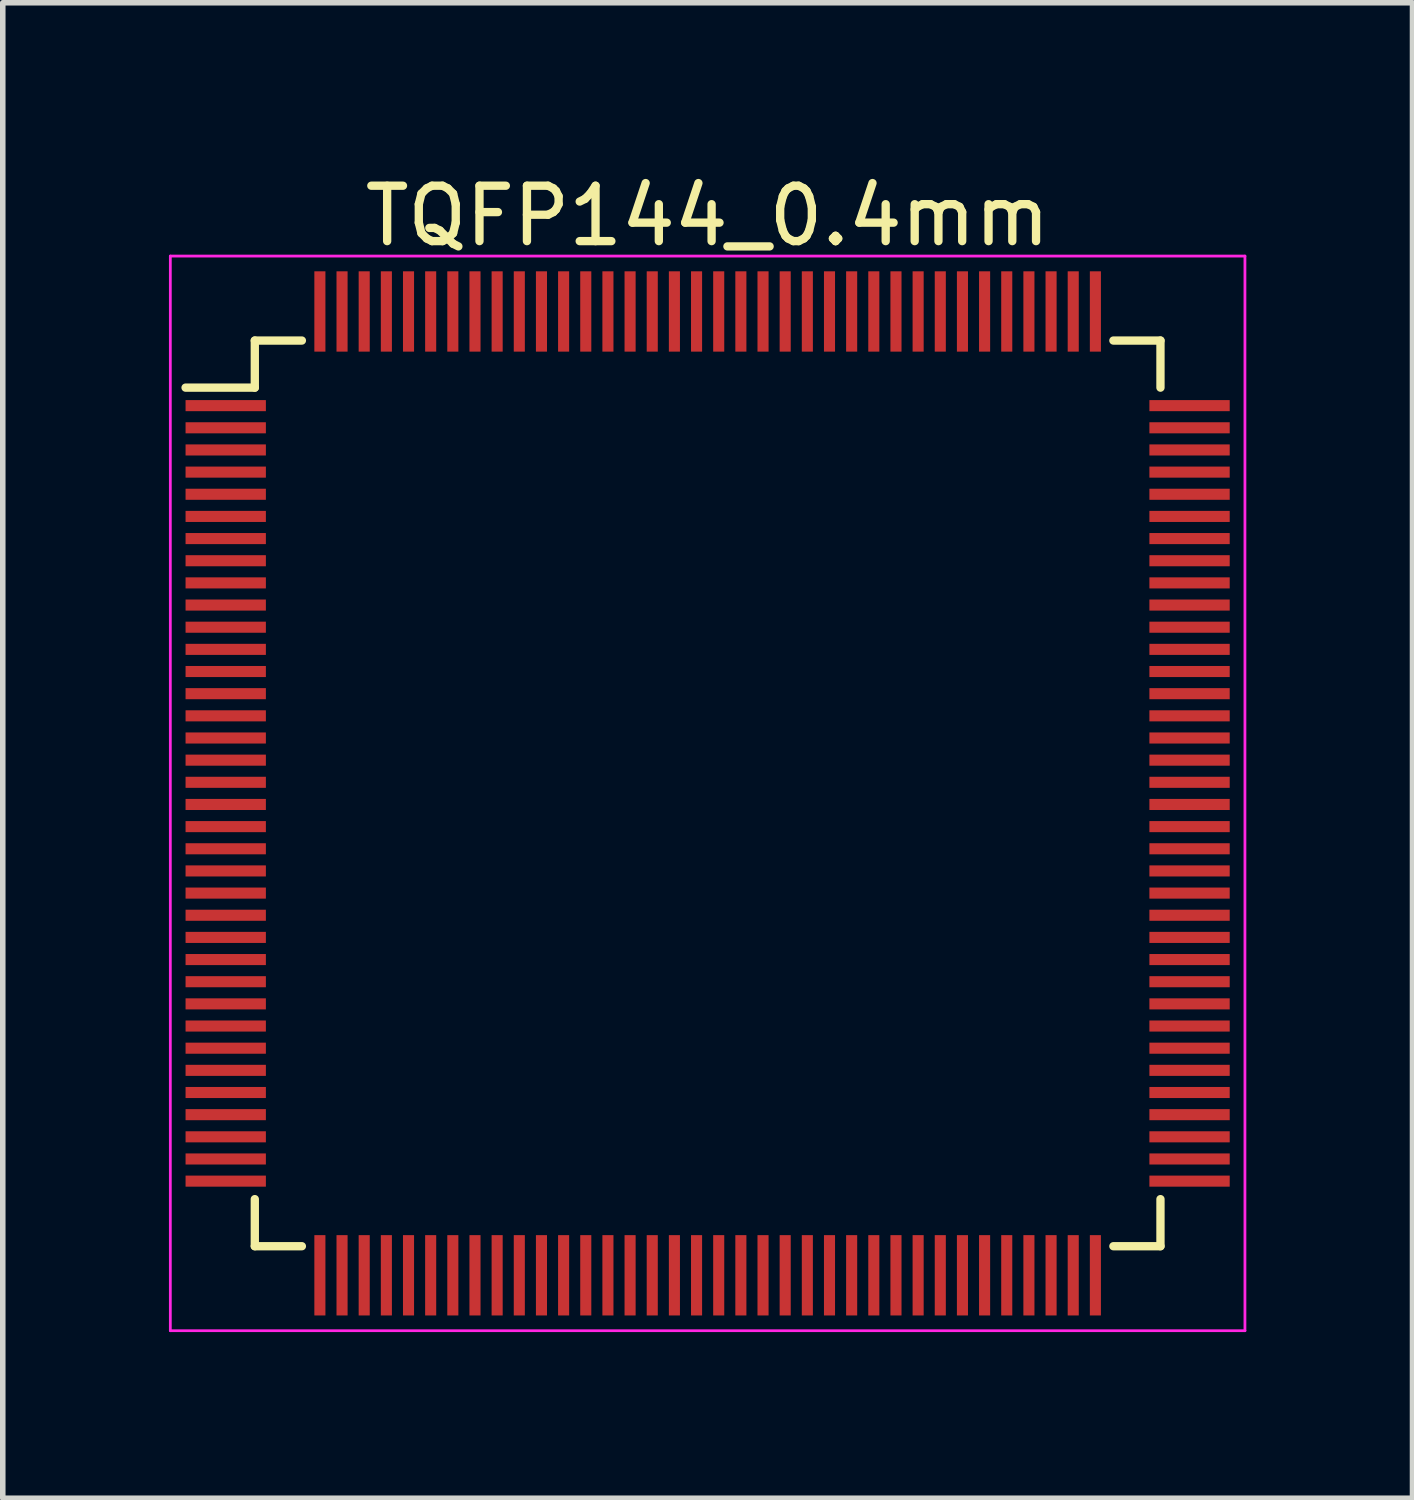
<source format=kicad_pcb>
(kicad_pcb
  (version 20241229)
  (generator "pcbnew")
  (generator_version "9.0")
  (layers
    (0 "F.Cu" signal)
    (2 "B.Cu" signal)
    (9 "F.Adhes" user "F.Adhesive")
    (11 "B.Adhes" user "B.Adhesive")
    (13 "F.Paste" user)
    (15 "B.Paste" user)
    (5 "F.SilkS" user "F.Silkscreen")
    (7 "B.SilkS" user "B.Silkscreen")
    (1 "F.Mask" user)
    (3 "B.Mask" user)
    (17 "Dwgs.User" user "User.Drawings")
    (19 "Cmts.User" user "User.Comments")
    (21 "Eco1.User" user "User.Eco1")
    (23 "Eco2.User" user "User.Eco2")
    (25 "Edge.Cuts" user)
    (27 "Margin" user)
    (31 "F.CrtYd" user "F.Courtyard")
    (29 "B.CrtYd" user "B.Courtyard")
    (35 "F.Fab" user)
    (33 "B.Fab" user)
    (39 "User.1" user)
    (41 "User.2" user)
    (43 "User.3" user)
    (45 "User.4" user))
  (footprint "TQFP144_0.4mm"
    (layer "F.Cu")
    (at 9.725 11.273)
    (property "Reference" "TQFP144_0.4mm" (at 0 -10.425 0) (layer "F.SilkS") (effects (font (size 1 1) (thickness 0.15))))
    (attr smd)
    (fp_line (start -8.175 -8.175) (end -8.175 -7.325) (stroke (width 0.15) (type solid)) (layer "F.SilkS"))
    (fp_line (start -8.175 -8.175) (end -7.325 -8.175) (stroke (width 0.15) (type solid)) (layer "F.SilkS"))
    (fp_line (start -8.175 -7.325) (end -9.425 -7.325) (stroke (width 0.15) (type solid)) (layer "F.SilkS"))
    (fp_line (start -8.175 8.175) (end -8.175 7.325) (stroke (width 0.15) (type solid)) (layer "F.SilkS"))
    (fp_line (start -8.175 8.175) (end -7.325 8.175) (stroke (width 0.15) (type solid)) (layer "F.SilkS"))
    (fp_line (start 8.175 -8.175) (end 7.325 -8.175) (stroke (width 0.15) (type solid)) (layer "F.SilkS"))
    (fp_line (start 8.175 -8.175) (end 8.175 -7.325) (stroke (width 0.15) (type solid)) (layer "F.SilkS"))
    (fp_line (start 8.175 8.175) (end 7.325 8.175) (stroke (width 0.15) (type solid)) (layer "F.SilkS"))
    (fp_line (start 8.175 8.175) (end 8.175 7.325) (stroke (width 0.15) (type solid)) (layer "F.SilkS"))
    (fp_line (start -9.7 -9.7) (end -9.7 9.7) (stroke (width 0.05) (type solid)) (layer "F.CrtYd"))
    (fp_line (start -9.7 -9.7) (end 9.7 -9.7) (stroke (width 0.05) (type solid)) (layer "F.CrtYd"))
    (fp_line (start -9.7 9.7) (end 9.7 9.7) (stroke (width 0.05) (type solid)) (layer "F.CrtYd"))
    (fp_line (start 9.7 -9.7) (end 9.7 9.7) (stroke (width 0.05) (type solid)) (layer "F.CrtYd"))
    (pad "1" smd rect (at -8.7 -7) (size 1.45 0.2) (layers "F.Cu" "F.Mask" "F.Paste"))
    (pad "2" smd rect (at -8.7 -6.6) (size 1.45 0.2) (layers "F.Cu" "F.Mask" "F.Paste"))
    (pad "3" smd rect (at -8.7 -6.2) (size 1.45 0.2) (layers "F.Cu" "F.Mask" "F.Paste"))
    (pad "4" smd rect (at -8.7 -5.8) (size 1.45 0.2) (layers "F.Cu" "F.Mask" "F.Paste"))
    (pad "5" smd rect (at -8.7 -5.4) (size 1.45 0.2) (layers "F.Cu" "F.Mask" "F.Paste"))
    (pad "6" smd rect (at -8.7 -5) (size 1.45 0.2) (layers "F.Cu" "F.Mask" "F.Paste"))
    (pad "7" smd rect (at -8.7 -4.6) (size 1.45 0.2) (layers "F.Cu" "F.Mask" "F.Paste"))
    (pad "8" smd rect (at -8.7 -4.2) (size 1.45 0.2) (layers "F.Cu" "F.Mask" "F.Paste"))
    (pad "9" smd rect (at -8.7 -3.8) (size 1.45 0.2) (layers "F.Cu" "F.Mask" "F.Paste"))
    (pad "10" smd rect (at -8.7 -3.4) (size 1.45 0.2) (layers "F.Cu" "F.Mask" "F.Paste"))
    (pad "11" smd rect (at -8.7 -3) (size 1.45 0.2) (layers "F.Cu" "F.Mask" "F.Paste"))
    (pad "12" smd rect (at -8.7 -2.6) (size 1.45 0.2) (layers "F.Cu" "F.Mask" "F.Paste"))
    (pad "13" smd rect (at -8.7 -2.2) (size 1.45 0.2) (layers "F.Cu" "F.Mask" "F.Paste"))
    (pad "14" smd rect (at -8.7 -1.8) (size 1.45 0.2) (layers "F.Cu" "F.Mask" "F.Paste"))
    (pad "15" smd rect (at -8.7 -1.4) (size 1.45 0.2) (layers "F.Cu" "F.Mask" "F.Paste"))
    (pad "16" smd rect (at -8.7 -1) (size 1.45 0.2) (layers "F.Cu" "F.Mask" "F.Paste"))
    (pad "17" smd rect (at -8.7 -0.6) (size 1.45 0.2) (layers "F.Cu" "F.Mask" "F.Paste"))
    (pad "18" smd rect (at -8.7 -0.2) (size 1.45 0.2) (layers "F.Cu" "F.Mask" "F.Paste"))
    (pad "19" smd rect (at -8.7 0.2) (size 1.45 0.2) (layers "F.Cu" "F.Mask" "F.Paste"))
    (pad "20" smd rect (at -8.7 0.6) (size 1.45 0.2) (layers "F.Cu" "F.Mask" "F.Paste"))
    (pad "21" smd rect (at -8.7 1) (size 1.45 0.2) (layers "F.Cu" "F.Mask" "F.Paste"))
    (pad "22" smd rect (at -8.7 1.4) (size 1.45 0.2) (layers "F.Cu" "F.Mask" "F.Paste"))
    (pad "23" smd rect (at -8.7 1.8) (size 1.45 0.2) (layers "F.Cu" "F.Mask" "F.Paste"))
    (pad "24" smd rect (at -8.7 2.2) (size 1.45 0.2) (layers "F.Cu" "F.Mask" "F.Paste"))
    (pad "25" smd rect (at -8.7 2.6) (size 1.45 0.2) (layers "F.Cu" "F.Mask" "F.Paste"))
    (pad "26" smd rect (at -8.7 3) (size 1.45 0.2) (layers "F.Cu" "F.Mask" "F.Paste"))
    (pad "27" smd rect (at -8.7 3.4) (size 1.45 0.2) (layers "F.Cu" "F.Mask" "F.Paste"))
    (pad "28" smd rect (at -8.7 3.8) (size 1.45 0.2) (layers "F.Cu" "F.Mask" "F.Paste"))
    (pad "29" smd rect (at -8.7 4.2) (size 1.45 0.2) (layers "F.Cu" "F.Mask" "F.Paste"))
    (pad "30" smd rect (at -8.7 4.6) (size 1.45 0.2) (layers "F.Cu" "F.Mask" "F.Paste"))
    (pad "31" smd rect (at -8.7 5) (size 1.45 0.2) (layers "F.Cu" "F.Mask" "F.Paste"))
    (pad "32" smd rect (at -8.7 5.4) (size 1.45 0.2) (layers "F.Cu" "F.Mask" "F.Paste"))
    (pad "33" smd rect (at -8.7 5.8) (size 1.45 0.2) (layers "F.Cu" "F.Mask" "F.Paste"))
    (pad "34" smd rect (at -8.7 6.2) (size 1.45 0.2) (layers "F.Cu" "F.Mask" "F.Paste"))
    (pad "35" smd rect (at -8.7 6.6) (size 1.45 0.2) (layers "F.Cu" "F.Mask" "F.Paste"))
    (pad "36" smd rect (at -8.7 7) (size 1.45 0.2) (layers "F.Cu" "F.Mask" "F.Paste"))
    (pad "37" smd rect (at -7 8.7 90) (size 1.45 0.2) (layers "F.Cu" "F.Mask" "F.Paste"))
    (pad "38" smd rect (at -6.6 8.7 90) (size 1.45 0.2) (layers "F.Cu" "F.Mask" "F.Paste"))
    (pad "39" smd rect (at -6.2 8.7 90) (size 1.45 0.2) (layers "F.Cu" "F.Mask" "F.Paste"))
    (pad "40" smd rect (at -5.8 8.7 90) (size 1.45 0.2) (layers "F.Cu" "F.Mask" "F.Paste"))
    (pad "41" smd rect (at -5.4 8.7 90) (size 1.45 0.2) (layers "F.Cu" "F.Mask" "F.Paste"))
    (pad "42" smd rect (at -5 8.7 90) (size 1.45 0.2) (layers "F.Cu" "F.Mask" "F.Paste"))
    (pad "43" smd rect (at -4.6 8.7 90) (size 1.45 0.2) (layers "F.Cu" "F.Mask" "F.Paste"))
    (pad "44" smd rect (at -4.2 8.7 90) (size 1.45 0.2) (layers "F.Cu" "F.Mask" "F.Paste"))
    (pad "45" smd rect (at -3.8 8.7 90) (size 1.45 0.2) (layers "F.Cu" "F.Mask" "F.Paste"))
    (pad "46" smd rect (at -3.4 8.7 90) (size 1.45 0.2) (layers "F.Cu" "F.Mask" "F.Paste"))
    (pad "47" smd rect (at -3 8.7 90) (size 1.45 0.2) (layers "F.Cu" "F.Mask" "F.Paste"))
    (pad "48" smd rect (at -2.6 8.7 90) (size 1.45 0.2) (layers "F.Cu" "F.Mask" "F.Paste"))
    (pad "49" smd rect (at -2.2 8.7 90) (size 1.45 0.2) (layers "F.Cu" "F.Mask" "F.Paste"))
    (pad "50" smd rect (at -1.8 8.7 90) (size 1.45 0.2) (layers "F.Cu" "F.Mask" "F.Paste"))
    (pad "51" smd rect (at -1.4 8.7 90) (size 1.45 0.2) (layers "F.Cu" "F.Mask" "F.Paste"))
    (pad "52" smd rect (at -1 8.7 90) (size 1.45 0.2) (layers "F.Cu" "F.Mask" "F.Paste"))
    (pad "53" smd rect (at -0.6 8.7 90) (size 1.45 0.2) (layers "F.Cu" "F.Mask" "F.Paste"))
    (pad "54" smd rect (at -0.2 8.7 90) (size 1.45 0.2) (layers "F.Cu" "F.Mask" "F.Paste"))
    (pad "55" smd rect (at 0.2 8.7 90) (size 1.45 0.2) (layers "F.Cu" "F.Mask" "F.Paste"))
    (pad "56" smd rect (at 0.6 8.7 90) (size 1.45 0.2) (layers "F.Cu" "F.Mask" "F.Paste"))
    (pad "57" smd rect (at 1 8.7 90) (size 1.45 0.2) (layers "F.Cu" "F.Mask" "F.Paste"))
    (pad "58" smd rect (at 1.4 8.7 90) (size 1.45 0.2) (layers "F.Cu" "F.Mask" "F.Paste"))
    (pad "59" smd rect (at 1.8 8.7 90) (size 1.45 0.2) (layers "F.Cu" "F.Mask" "F.Paste"))
    (pad "60" smd rect (at 2.2 8.7 90) (size 1.45 0.2) (layers "F.Cu" "F.Mask" "F.Paste"))
    (pad "61" smd rect (at 2.6 8.7 90) (size 1.45 0.2) (layers "F.Cu" "F.Mask" "F.Paste"))
    (pad "62" smd rect (at 3 8.7 90) (size 1.45 0.2) (layers "F.Cu" "F.Mask" "F.Paste"))
    (pad "63" smd rect (at 3.4 8.7 90) (size 1.45 0.2) (layers "F.Cu" "F.Mask" "F.Paste"))
    (pad "64" smd rect (at 3.8 8.7 90) (size 1.45 0.2) (layers "F.Cu" "F.Mask" "F.Paste"))
    (pad "65" smd rect (at 4.2 8.7 90) (size 1.45 0.2) (layers "F.Cu" "F.Mask" "F.Paste"))
    (pad "66" smd rect (at 4.6 8.7 90) (size 1.45 0.2) (layers "F.Cu" "F.Mask" "F.Paste"))
    (pad "67" smd rect (at 5 8.7 90) (size 1.45 0.2) (layers "F.Cu" "F.Mask" "F.Paste"))
    (pad "68" smd rect (at 5.4 8.7 90) (size 1.45 0.2) (layers "F.Cu" "F.Mask" "F.Paste"))
    (pad "69" smd rect (at 5.8 8.7 90) (size 1.45 0.2) (layers "F.Cu" "F.Mask" "F.Paste"))
    (pad "70" smd rect (at 6.2 8.7 90) (size 1.45 0.2) (layers "F.Cu" "F.Mask" "F.Paste"))
    (pad "71" smd rect (at 6.6 8.7 90) (size 1.45 0.2) (layers "F.Cu" "F.Mask" "F.Paste"))
    (pad "72" smd rect (at 7 8.7 90) (size 1.45 0.2) (layers "F.Cu" "F.Mask" "F.Paste"))
    (pad "73" smd rect (at 8.7 7) (size 1.45 0.2) (layers "F.Cu" "F.Mask" "F.Paste"))
    (pad "74" smd rect (at 8.7 6.6) (size 1.45 0.2) (layers "F.Cu" "F.Mask" "F.Paste"))
    (pad "75" smd rect (at 8.7 6.2) (size 1.45 0.2) (layers "F.Cu" "F.Mask" "F.Paste"))
    (pad "76" smd rect (at 8.7 5.8) (size 1.45 0.2) (layers "F.Cu" "F.Mask" "F.Paste"))
    (pad "77" smd rect (at 8.7 5.4) (size 1.45 0.2) (layers "F.Cu" "F.Mask" "F.Paste"))
    (pad "78" smd rect (at 8.7 5) (size 1.45 0.2) (layers "F.Cu" "F.Mask" "F.Paste"))
    (pad "79" smd rect (at 8.7 4.6) (size 1.45 0.2) (layers "F.Cu" "F.Mask" "F.Paste"))
    (pad "80" smd rect (at 8.7 4.2) (size 1.45 0.2) (layers "F.Cu" "F.Mask" "F.Paste"))
    (pad "81" smd rect (at 8.7 3.8) (size 1.45 0.2) (layers "F.Cu" "F.Mask" "F.Paste"))
    (pad "82" smd rect (at 8.7 3.4) (size 1.45 0.2) (layers "F.Cu" "F.Mask" "F.Paste"))
    (pad "83" smd rect (at 8.7 3) (size 1.45 0.2) (layers "F.Cu" "F.Mask" "F.Paste"))
    (pad "84" smd rect (at 8.7 2.6) (size 1.45 0.2) (layers "F.Cu" "F.Mask" "F.Paste"))
    (pad "85" smd rect (at 8.7 2.2) (size 1.45 0.2) (layers "F.Cu" "F.Mask" "F.Paste"))
    (pad "86" smd rect (at 8.7 1.8) (size 1.45 0.2) (layers "F.Cu" "F.Mask" "F.Paste"))
    (pad "87" smd rect (at 8.7 1.4) (size 1.45 0.2) (layers "F.Cu" "F.Mask" "F.Paste"))
    (pad "88" smd rect (at 8.7 1) (size 1.45 0.2) (layers "F.Cu" "F.Mask" "F.Paste"))
    (pad "89" smd rect (at 8.7 0.6) (size 1.45 0.2) (layers "F.Cu" "F.Mask" "F.Paste"))
    (pad "90" smd rect (at 8.7 0.2) (size 1.45 0.2) (layers "F.Cu" "F.Mask" "F.Paste"))
    (pad "91" smd rect (at 8.7 -0.2) (size 1.45 0.2) (layers "F.Cu" "F.Mask" "F.Paste"))
    (pad "92" smd rect (at 8.7 -0.6) (size 1.45 0.2) (layers "F.Cu" "F.Mask" "F.Paste"))
    (pad "93" smd rect (at 8.7 -1) (size 1.45 0.2) (layers "F.Cu" "F.Mask" "F.Paste"))
    (pad "94" smd rect (at 8.7 -1.4) (size 1.45 0.2) (layers "F.Cu" "F.Mask" "F.Paste"))
    (pad "95" smd rect (at 8.7 -1.8) (size 1.45 0.2) (layers "F.Cu" "F.Mask" "F.Paste"))
    (pad "96" smd rect (at 8.7 -2.2) (size 1.45 0.2) (layers "F.Cu" "F.Mask" "F.Paste"))
    (pad "97" smd rect (at 8.7 -2.6) (size 1.45 0.2) (layers "F.Cu" "F.Mask" "F.Paste"))
    (pad "98" smd rect (at 8.7 -3) (size 1.45 0.2) (layers "F.Cu" "F.Mask" "F.Paste"))
    (pad "99" smd rect (at 8.7 -3.4) (size 1.45 0.2) (layers "F.Cu" "F.Mask" "F.Paste"))
    (pad "100" smd rect (at 8.7 -3.8) (size 1.45 0.2) (layers "F.Cu" "F.Mask" "F.Paste"))
    (pad "101" smd rect (at 8.7 -4.2) (size 1.45 0.2) (layers "F.Cu" "F.Mask" "F.Paste"))
    (pad "102" smd rect (at 8.7 -4.6) (size 1.45 0.2) (layers "F.Cu" "F.Mask" "F.Paste"))
    (pad "103" smd rect (at 8.7 -5) (size 1.45 0.2) (layers "F.Cu" "F.Mask" "F.Paste"))
    (pad "104" smd rect (at 8.7 -5.4) (size 1.45 0.2) (layers "F.Cu" "F.Mask" "F.Paste"))
    (pad "105" smd rect (at 8.7 -5.8) (size 1.45 0.2) (layers "F.Cu" "F.Mask" "F.Paste"))
    (pad "106" smd rect (at 8.7 -6.2) (size 1.45 0.2) (layers "F.Cu" "F.Mask" "F.Paste"))
    (pad "107" smd rect (at 8.7 -6.6) (size 1.45 0.2) (layers "F.Cu" "F.Mask" "F.Paste"))
    (pad "108" smd rect (at 8.7 -7) (size 1.45 0.2) (layers "F.Cu" "F.Mask" "F.Paste"))
    (pad "109" smd rect (at 7 -8.7 90) (size 1.45 0.2) (layers "F.Cu" "F.Mask" "F.Paste"))
    (pad "110" smd rect (at 6.6 -8.7 90) (size 1.45 0.2) (layers "F.Cu" "F.Mask" "F.Paste"))
    (pad "111" smd rect (at 6.2 -8.7 90) (size 1.45 0.2) (layers "F.Cu" "F.Mask" "F.Paste"))
    (pad "112" smd rect (at 5.8 -8.7 90) (size 1.45 0.2) (layers "F.Cu" "F.Mask" "F.Paste"))
    (pad "113" smd rect (at 5.4 -8.7 90) (size 1.45 0.2) (layers "F.Cu" "F.Mask" "F.Paste"))
    (pad "114" smd rect (at 5 -8.7 90) (size 1.45 0.2) (layers "F.Cu" "F.Mask" "F.Paste"))
    (pad "115" smd rect (at 4.6 -8.7 90) (size 1.45 0.2) (layers "F.Cu" "F.Mask" "F.Paste"))
    (pad "116" smd rect (at 4.2 -8.7 90) (size 1.45 0.2) (layers "F.Cu" "F.Mask" "F.Paste"))
    (pad "117" smd rect (at 3.8 -8.7 90) (size 1.45 0.2) (layers "F.Cu" "F.Mask" "F.Paste"))
    (pad "118" smd rect (at 3.4 -8.7 90) (size 1.45 0.2) (layers "F.Cu" "F.Mask" "F.Paste"))
    (pad "119" smd rect (at 3 -8.7 90) (size 1.45 0.2) (layers "F.Cu" "F.Mask" "F.Paste"))
    (pad "120" smd rect (at 2.6 -8.7 90) (size 1.45 0.2) (layers "F.Cu" "F.Mask" "F.Paste"))
    (pad "121" smd rect (at 2.2 -8.7 90) (size 1.45 0.2) (layers "F.Cu" "F.Mask" "F.Paste"))
    (pad "122" smd rect (at 1.8 -8.7 90) (size 1.45 0.2) (layers "F.Cu" "F.Mask" "F.Paste"))
    (pad "123" smd rect (at 1.4 -8.7 90) (size 1.45 0.2) (layers "F.Cu" "F.Mask" "F.Paste"))
    (pad "124" smd rect (at 1 -8.7 90) (size 1.45 0.2) (layers "F.Cu" "F.Mask" "F.Paste"))
    (pad "125" smd rect (at 0.6 -8.7 90) (size 1.45 0.2) (layers "F.Cu" "F.Mask" "F.Paste"))
    (pad "126" smd rect (at 0.2 -8.7 90) (size 1.45 0.2) (layers "F.Cu" "F.Mask" "F.Paste"))
    (pad "127" smd rect (at -0.2 -8.7 90) (size 1.45 0.2) (layers "F.Cu" "F.Mask" "F.Paste"))
    (pad "128" smd rect (at -0.6 -8.7 90) (size 1.45 0.2) (layers "F.Cu" "F.Mask" "F.Paste"))
    (pad "129" smd rect (at -1 -8.7 90) (size 1.45 0.2) (layers "F.Cu" "F.Mask" "F.Paste"))
    (pad "130" smd rect (at -1.4 -8.7 90) (size 1.45 0.2) (layers "F.Cu" "F.Mask" "F.Paste"))
    (pad "131" smd rect (at -1.8 -8.7 90) (size 1.45 0.2) (layers "F.Cu" "F.Mask" "F.Paste"))
    (pad "132" smd rect (at -2.2 -8.7 90) (size 1.45 0.2) (layers "F.Cu" "F.Mask" "F.Paste"))
    (pad "133" smd rect (at -2.6 -8.7 90) (size 1.45 0.2) (layers "F.Cu" "F.Mask" "F.Paste"))
    (pad "134" smd rect (at -3 -8.7 90) (size 1.45 0.2) (layers "F.Cu" "F.Mask" "F.Paste"))
    (pad "135" smd rect (at -3.4 -8.7 90) (size 1.45 0.2) (layers "F.Cu" "F.Mask" "F.Paste"))
    (pad "136" smd rect (at -3.8 -8.7 90) (size 1.45 0.2) (layers "F.Cu" "F.Mask" "F.Paste"))
    (pad "137" smd rect (at -4.2 -8.7 90) (size 1.45 0.2) (layers "F.Cu" "F.Mask" "F.Paste"))
    (pad "138" smd rect (at -4.6 -8.7 90) (size 1.45 0.2) (layers "F.Cu" "F.Mask" "F.Paste"))
    (pad "139" smd rect (at -5 -8.7 90) (size 1.45 0.2) (layers "F.Cu" "F.Mask" "F.Paste"))
    (pad "140" smd rect (at -5.4 -8.7 90) (size 1.45 0.2) (layers "F.Cu" "F.Mask" "F.Paste"))
    (pad "141" smd rect (at -5.8 -8.7 90) (size 1.45 0.2) (layers "F.Cu" "F.Mask" "F.Paste"))
    (pad "142" smd rect (at -6.2 -8.7 90) (size 1.45 0.2) (layers "F.Cu" "F.Mask" "F.Paste"))
    (pad "143" smd rect (at -6.6 -8.7 90) (size 1.45 0.2) (layers "F.Cu" "F.Mask" "F.Paste"))
    (pad "144" smd rect (at -7 -8.7 90) (size 1.45 0.2) (layers "F.Cu" "F.Mask" "F.Paste")))
  (gr_rect
    (start -3 -3)
    (end 22.45 23.998)
    (stroke (width 0.1) (type default))
    (fill no)
    (layer "Edge.Cuts")))
</source>
